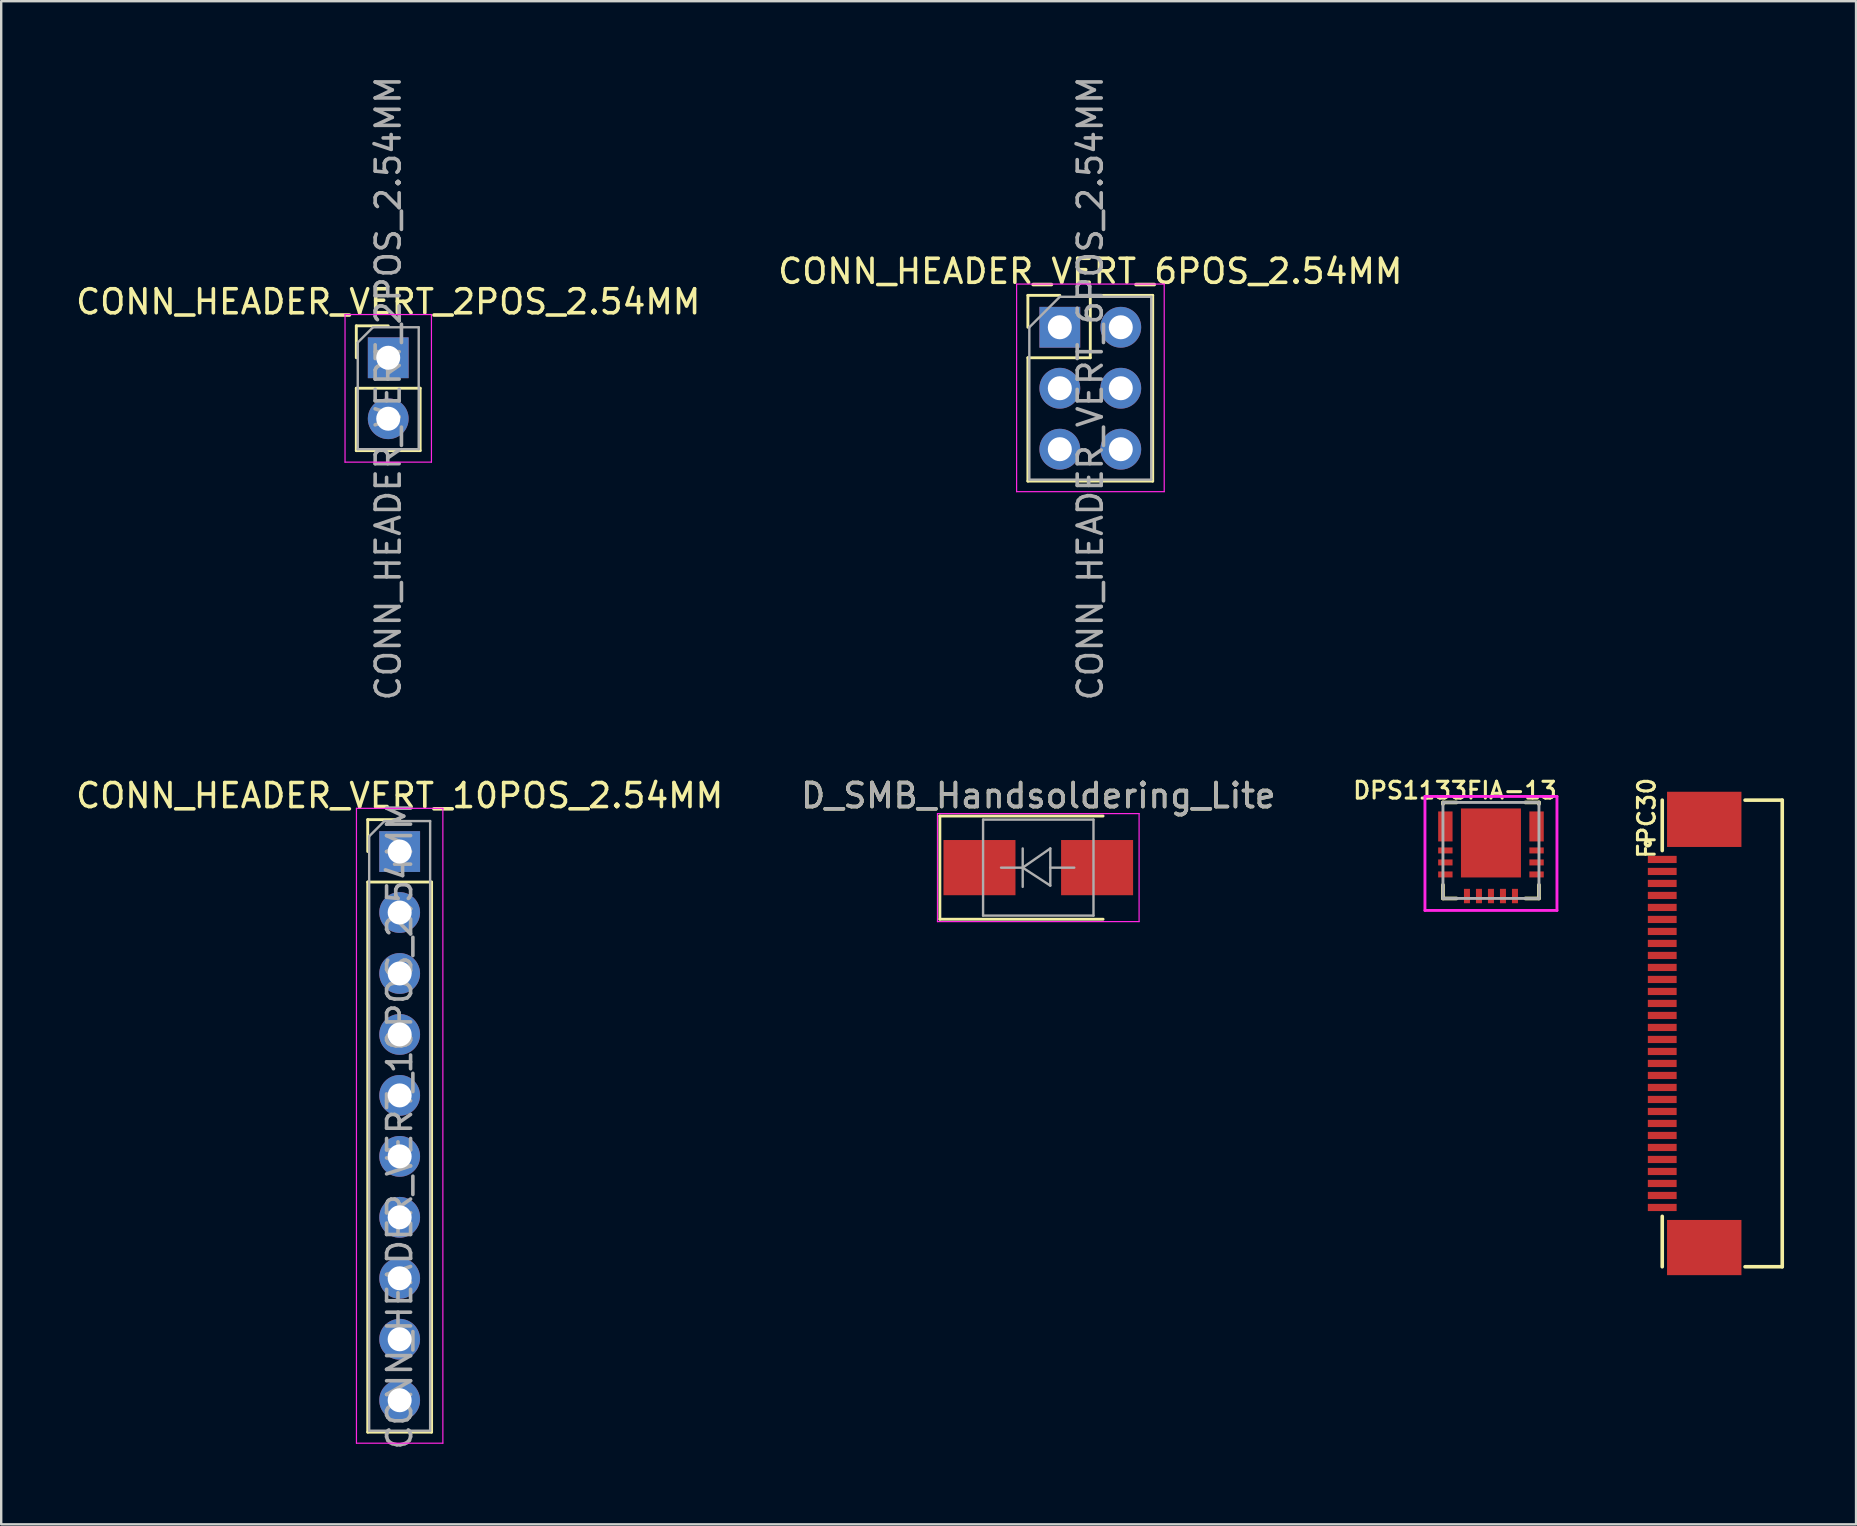
<source format=kicad_pcb>
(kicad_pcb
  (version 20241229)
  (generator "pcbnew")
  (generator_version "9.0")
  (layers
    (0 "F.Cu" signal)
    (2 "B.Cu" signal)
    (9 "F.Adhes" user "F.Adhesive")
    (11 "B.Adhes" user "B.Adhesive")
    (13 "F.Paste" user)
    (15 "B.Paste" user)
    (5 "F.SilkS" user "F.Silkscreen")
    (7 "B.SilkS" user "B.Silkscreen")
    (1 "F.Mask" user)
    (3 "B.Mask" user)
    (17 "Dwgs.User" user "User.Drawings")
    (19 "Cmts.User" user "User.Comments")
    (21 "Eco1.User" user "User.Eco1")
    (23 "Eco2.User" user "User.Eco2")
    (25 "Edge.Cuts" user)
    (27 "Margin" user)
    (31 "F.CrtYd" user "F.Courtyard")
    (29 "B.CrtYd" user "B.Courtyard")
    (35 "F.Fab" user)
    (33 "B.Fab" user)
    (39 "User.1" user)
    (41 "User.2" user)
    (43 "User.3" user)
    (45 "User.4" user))
  (footprint "FPC30"
    (layer "F.Cu")
    (at 68.404 40.007)
    (property "Reference" "FPC30" (at -2.85 -8.97 90) (layer "F.SilkS") (effects (font (size 0.7 0.7) (thickness 0.127))))
    (attr smd)
    (fp_line (start -2.2 -7.62) (end -2.2 -9.72) (stroke (width 0.15) (type solid)) (layer "F.SilkS"))
    (fp_line (start -2.2 9.72) (end -2.2 7.62) (stroke (width 0.15) (type solid)) (layer "F.SilkS"))
    (fp_line (start 2.8 -9.72) (end 1.25 -9.72) (stroke (width 0.15) (type solid)) (layer "F.SilkS"))
    (fp_line (start 2.8 9.72) (end 1.25 9.72) (stroke (width 0.15) (type solid)) (layer "F.SilkS"))
    (fp_line (start 2.8 9.72) (end 2.8 -9.72) (stroke (width 0.15) (type solid)) (layer "F.SilkS"))
    (fp_circle (center -2.8 -7.92) (end -2.8 -8.02) (stroke (width 0.15) (type solid)) (fill no) (layer "F.SilkS"))
    (pad "1" smd rect (at -2.2 -7.25) (size 1.2 0.3) (layers "F.Cu" "F.Mask" "F.Paste"))
    (pad "2" smd rect (at -2.2 -6.75) (size 1.2 0.3) (layers "F.Cu" "F.Mask" "F.Paste"))
    (pad "3" smd rect (at -2.2 -6.25) (size 1.2 0.3) (layers "F.Cu" "F.Mask" "F.Paste"))
    (pad "4" smd rect (at -2.2 -5.75) (size 1.2 0.3) (layers "F.Cu" "F.Mask" "F.Paste"))
    (pad "5" smd rect (at -2.2 -5.25) (size 1.2 0.3) (layers "F.Cu" "F.Mask" "F.Paste"))
    (pad "6" smd rect (at -2.2 -4.75) (size 1.2 0.3) (layers "F.Cu" "F.Mask" "F.Paste"))
    (pad "7" smd rect (at -2.2 -4.25) (size 1.2 0.3) (layers "F.Cu" "F.Mask" "F.Paste"))
    (pad "8" smd rect (at -2.2 -3.75) (size 1.2 0.3) (layers "F.Cu" "F.Mask" "F.Paste"))
    (pad "9" smd rect (at -2.2 -3.25) (size 1.2 0.3) (layers "F.Cu" "F.Mask" "F.Paste"))
    (pad "10" smd rect (at -2.2 -2.75) (size 1.2 0.3) (layers "F.Cu" "F.Mask" "F.Paste"))
    (pad "11" smd rect (at -2.2 -2.25) (size 1.2 0.3) (layers "F.Cu" "F.Mask" "F.Paste"))
    (pad "12" smd rect (at -2.2 -1.75) (size 1.2 0.3) (layers "F.Cu" "F.Mask" "F.Paste"))
    (pad "13" smd rect (at -2.2 -1.25) (size 1.2 0.3) (layers "F.Cu" "F.Mask" "F.Paste"))
    (pad "14" smd rect (at -2.2 -0.75) (size 1.2 0.3) (layers "F.Cu" "F.Mask" "F.Paste"))
    (pad "15" smd rect (at -2.2 -0.25) (size 1.2 0.3) (layers "F.Cu" "F.Mask" "F.Paste"))
    (pad "16" smd rect (at -2.2 0.25) (size 1.2 0.3) (layers "F.Cu" "F.Mask" "F.Paste"))
    (pad "17" smd rect (at -2.2 0.75) (size 1.2 0.3) (layers "F.Cu" "F.Mask" "F.Paste"))
    (pad "18" smd rect (at -2.2 1.25) (size 1.2 0.3) (layers "F.Cu" "F.Mask" "F.Paste"))
    (pad "19" smd rect (at -2.2 1.75) (size 1.2 0.3) (layers "F.Cu" "F.Mask" "F.Paste"))
    (pad "20" smd rect (at -2.2 2.25) (size 1.2 0.3) (layers "F.Cu" "F.Mask" "F.Paste"))
    (pad "21" smd rect (at -2.2 2.75) (size 1.2 0.3) (layers "F.Cu" "F.Mask" "F.Paste"))
    (pad "22" smd rect (at -2.2 3.25) (size 1.2 0.3) (layers "F.Cu" "F.Mask" "F.Paste"))
    (pad "23" smd rect (at -2.2 3.75) (size 1.2 0.3) (layers "F.Cu" "F.Mask" "F.Paste"))
    (pad "24" smd rect (at -2.2 4.25) (size 1.2 0.3) (layers "F.Cu" "F.Mask" "F.Paste"))
    (pad "25" smd rect (at -2.2 4.75) (size 1.2 0.3) (layers "F.Cu" "F.Mask" "F.Paste"))
    (pad "26" smd rect (at -2.2 5.25) (size 1.2 0.3) (layers "F.Cu" "F.Mask" "F.Paste"))
    (pad "27" smd rect (at -2.2 5.75) (size 1.2 0.3) (layers "F.Cu" "F.Mask" "F.Paste"))
    (pad "28" smd rect (at -2.2 6.25) (size 1.2 0.3) (layers "F.Cu" "F.Mask" "F.Paste"))
    (pad "29" smd rect (at -2.2 6.75) (size 1.2 0.3) (layers "F.Cu" "F.Mask" "F.Paste"))
    (pad "30" smd rect (at -2.2 7.25) (size 1.2 0.3) (layers "F.Cu" "F.Mask" "F.Paste"))
    (pad "MP" smd rect (at -0.45 -8.92) (size 3.1 2.3) (layers "F.Cu" "F.Mask" "F.Paste"))
    (pad "MP" smd rect (at -0.45 8.92) (size 3.1 2.3) (layers "F.Cu" "F.Mask" "F.Paste")))
  (footprint "DPS1133FIA-13"
    (layer "F.Cu")
    (at 59.068 32.382)
    (property "Reference" "DPS1133FIA-13" (at -1.5 -2.5 0) (layer "F.SilkS") (effects (font (size 0.7 0.7) (thickness 0.127))))
    (attr smd)
    (fp_line (start -2 -2) (end -2 -1.935) (stroke (width 0.155) (type solid)) (layer "F.SilkS"))
    (fp_line (start -2 -2) (end -1.435 -2) (stroke (width 0.155) (type solid)) (layer "F.SilkS"))
    (fp_line (start -2 2) (end -2 1.435) (stroke (width 0.155) (type solid)) (layer "F.SilkS"))
    (fp_line (start -2 2) (end -1.435 2) (stroke (width 0.155) (type solid)) (layer "F.SilkS"))
    (fp_line (start 2 -2) (end 1.435 -2) (stroke (width 0.155) (type solid)) (layer "F.SilkS"))
    (fp_line (start 2 -2) (end 2 -1.935) (stroke (width 0.155) (type solid)) (layer "F.SilkS"))
    (fp_line (start 2 2) (end 1.435 2) (stroke (width 0.155) (type solid)) (layer "F.SilkS"))
    (fp_line (start 2 2) (end 2 1.435) (stroke (width 0.155) (type solid)) (layer "F.SilkS"))
    (fp_poly (pts (xy -1 -1.45) (xy -1 -0.6) (xy -0.25 -0.6) (xy -0.25 -1.45)) (stroke (width 0.15) (type solid)) (fill yes) (layer "F.Paste"))
    (fp_poly (pts (xy -1 -0.05) (xy -1 0.8) (xy -0.25 0.8) (xy -0.25 -0.05)) (stroke (width 0.15) (type solid)) (fill yes) (layer "F.Paste"))
    (fp_poly (pts (xy 0.25 -1.45) (xy 0.25 -0.6) (xy 1 -0.6) (xy 1 -1.45)) (stroke (width 0.15) (type solid)) (fill yes) (layer "F.Paste"))
    (fp_poly (pts (xy 0.25 -0.05) (xy 0.25 0.8) (xy 1 0.8) (xy 1 -0.05)) (stroke (width 0.15) (type solid)) (fill yes) (layer "F.Paste"))
    (fp_line (start -2.75 -2.25) (end 2.75 -2.25) (stroke (width 0.12) (type solid)) (layer "F.CrtYd"))
    (fp_line (start -2.75 2.5) (end -2.75 -2.25) (stroke (width 0.12) (type solid)) (layer "F.CrtYd"))
    (fp_line (start 2.75 -2.25) (end 2.75 2.5) (stroke (width 0.12) (type solid)) (layer "F.CrtYd"))
    (fp_line (start 2.75 2.5) (end -2.75 2.5) (stroke (width 0.12) (type solid)) (layer "F.CrtYd"))
    (fp_line (start -2 -2) (end -2 2) (stroke (width 0.12) (type solid)) (layer "F.Fab"))
    (fp_line (start -2 2) (end 2 2) (stroke (width 0.12) (type solid)) (layer "F.Fab"))
    (fp_line (start 2 -2) (end -2 -2) (stroke (width 0.12) (type solid)) (layer "F.Fab"))
    (fp_line (start 2 2) (end 2 -2) (stroke (width 0.12) (type solid)) (layer "F.Fab"))
    (pad "1" smd rect (at -1.9 -1) (size 0.6 1.25) (layers "F.Cu" "F.Mask" "F.Paste"))
    (pad "4" smd rect (at -1.9 0) (size 0.6 0.25) (layers "F.Cu" "F.Mask" "F.Paste"))
    (pad "5" smd rect (at -1.9 0.5) (size 0.6 0.25) (layers "F.Cu" "F.Mask" "F.Paste"))
    (pad "6" smd rect (at -1.9 1) (size 0.6 0.25) (layers "F.Cu" "F.Mask" "F.Paste"))
    (pad "7" smd rect (at -1 1.9) (size 0.25 0.6) (layers "F.Cu" "F.Mask" "F.Paste"))
    (pad "8" smd rect (at -0.5 1.9) (size 0.25 0.6) (layers "F.Cu" "F.Mask" "F.Paste"))
    (pad "9" smd rect (at 0 1.9) (size 0.25 0.6) (layers "F.Cu" "F.Mask" "F.Paste"))
    (pad "10" smd rect (at 0.5 1.9) (size 0.25 0.6) (layers "F.Cu" "F.Mask" "F.Paste"))
    (pad "11" smd rect (at 1 1.9) (size 0.25 0.6) (layers "F.Cu" "F.Mask" "F.Paste"))
    (pad "12" smd rect (at 1.9 1) (size 0.6 0.25) (layers "F.Cu" "F.Mask" "F.Paste"))
    (pad "13" smd rect (at 1.9 0.5) (size 0.6 0.25) (layers "F.Cu" "F.Mask" "F.Paste"))
    (pad "14" smd rect (at 1.9 0) (size 0.6 0.25) (layers "F.Cu" "F.Mask" "F.Paste"))
    (pad "17" smd rect (at 1.9 -1) (size 0.6 1.25) (layers "F.Cu" "F.Mask" "F.Paste"))
    (pad "18" smd rect (at 0 -0.312) (size 2.5 2.875) (layers "F.Cu" "F.Mask")))
  (footprint "CONN_HEADER_VERT_6POS_2.54MM"
    (layer "F.Cu")
    (at 41.105 10.585)
    (property "Reference" "CONN_HEADER_VERT_6POS_2.54MM" (at 1.27 -2.33 180) (layer "F.SilkS") (effects (font (size 1 1) (thickness 0.15))))
    (attr through_hole)
    (fp_line (start -1.33 -1.33) (end 0 -1.33) (stroke (width 0.12) (type solid)) (layer "F.SilkS"))
    (fp_line (start -1.33 0) (end -1.33 -1.33) (stroke (width 0.12) (type solid)) (layer "F.SilkS"))
    (fp_line (start -1.33 1.27) (end -1.33 6.41) (stroke (width 0.12) (type solid)) (layer "F.SilkS"))
    (fp_line (start -1.33 1.27) (end 1.27 1.27) (stroke (width 0.12) (type solid)) (layer "F.SilkS"))
    (fp_line (start -1.33 6.41) (end 3.87 6.41) (stroke (width 0.12) (type solid)) (layer "F.SilkS"))
    (fp_line (start 1.27 -1.33) (end 3.87 -1.33) (stroke (width 0.12) (type solid)) (layer "F.SilkS"))
    (fp_line (start 1.27 1.27) (end 1.27 -1.33) (stroke (width 0.12) (type solid)) (layer "F.SilkS"))
    (fp_line (start 3.87 -1.33) (end 3.87 6.41) (stroke (width 0.12) (type solid)) (layer "F.SilkS"))
    (fp_line (start -1.8 -1.8) (end -1.8 6.85) (stroke (width 0.05) (type solid)) (layer "F.CrtYd"))
    (fp_line (start -1.8 6.85) (end 4.35 6.85) (stroke (width 0.05) (type solid)) (layer "F.CrtYd"))
    (fp_line (start 4.35 -1.8) (end -1.8 -1.8) (stroke (width 0.05) (type solid)) (layer "F.CrtYd"))
    (fp_line (start 4.35 6.85) (end 4.35 -1.8) (stroke (width 0.05) (type solid)) (layer "F.CrtYd"))
    (fp_line (start -1.27 0) (end 0 -1.27) (stroke (width 0.1) (type solid)) (layer "F.Fab"))
    (fp_line (start -1.27 6.35) (end -1.27 0) (stroke (width 0.1) (type solid)) (layer "F.Fab"))
    (fp_line (start 0 -1.27) (end 3.81 -1.27) (stroke (width 0.1) (type solid)) (layer "F.Fab"))
    (fp_line (start 3.81 -1.27) (end 3.81 6.35) (stroke (width 0.1) (type solid)) (layer "F.Fab"))
    (fp_line (start 3.81 6.35) (end -1.27 6.35) (stroke (width 0.1) (type solid)) (layer "F.Fab"))
    (fp_text user "${REFERENCE}" (at 1.27 2.54 90) (layer "F.Fab") (effects (font (size 1 1) (thickness 0.15))))
    (pad "1" thru_hole rect (at 0 0) (size 1.7 1.7) (drill 1) (layers "*.Cu" "*.Mask"))
    (pad "2" thru_hole oval (at 2.54 0) (size 1.7 1.7) (drill 1) (layers "*.Cu" "*.Mask"))
    (pad "3" thru_hole oval (at 0 2.54) (size 1.7 1.7) (drill 1) (layers "*.Cu" "*.Mask"))
    (pad "4" thru_hole oval (at 2.54 2.54) (size 1.7 1.7) (drill 1) (layers "*.Cu" "*.Mask"))
    (pad "5" thru_hole oval (at 0 5.08) (size 1.7 1.7) (drill 1) (layers "*.Cu" "*.Mask"))
    (pad "6" thru_hole oval (at 2.54 5.08) (size 1.7 1.7) (drill 1) (layers "*.Cu" "*.Mask")))
  (footprint "CONN_HEADER_VERT_10POS_2.54MM"
    (layer "F.Cu")
    (at 13.601 32.428)
    (property "Reference" "CONN_HEADER_VERT_10POS_2.54MM" (at 0 -2.33 0) (layer "F.SilkS") (effects (font (size 1 1) (thickness 0.15))))
    (attr through_hole)
    (fp_line (start -1.33 -1.33) (end 0 -1.33) (stroke (width 0.12) (type solid)) (layer "F.SilkS"))
    (fp_line (start -1.33 0) (end -1.33 -1.33) (stroke (width 0.12) (type solid)) (layer "F.SilkS"))
    (fp_line (start -1.33 1.27) (end -1.33 24.19) (stroke (width 0.12) (type solid)) (layer "F.SilkS"))
    (fp_line (start -1.33 1.27) (end 1.33 1.27) (stroke (width 0.12) (type solid)) (layer "F.SilkS"))
    (fp_line (start -1.33 24.19) (end 1.33 24.19) (stroke (width 0.12) (type solid)) (layer "F.SilkS"))
    (fp_line (start 1.33 1.27) (end 1.33 24.19) (stroke (width 0.12) (type solid)) (layer "F.SilkS"))
    (fp_line (start -1.8 -1.8) (end -1.8 24.65) (stroke (width 0.05) (type solid)) (layer "F.CrtYd"))
    (fp_line (start -1.8 24.65) (end 1.8 24.65) (stroke (width 0.05) (type solid)) (layer "F.CrtYd"))
    (fp_line (start 1.8 -1.8) (end -1.8 -1.8) (stroke (width 0.05) (type solid)) (layer "F.CrtYd"))
    (fp_line (start 1.8 24.65) (end 1.8 -1.8) (stroke (width 0.05) (type solid)) (layer "F.CrtYd"))
    (fp_line (start -1.27 -0.635) (end -0.635 -1.27) (stroke (width 0.1) (type solid)) (layer "F.Fab"))
    (fp_line (start -1.27 24.13) (end -1.27 -0.635) (stroke (width 0.1) (type solid)) (layer "F.Fab"))
    (fp_line (start -0.635 -1.27) (end 1.27 -1.27) (stroke (width 0.1) (type solid)) (layer "F.Fab"))
    (fp_line (start 1.27 -1.27) (end 1.27 24.13) (stroke (width 0.1) (type solid)) (layer "F.Fab"))
    (fp_line (start 1.27 24.13) (end -1.27 24.13) (stroke (width 0.1) (type solid)) (layer "F.Fab"))
    (fp_text user "${REFERENCE}" (at 0 11.43 90) (layer "F.Fab") (effects (font (size 1 1) (thickness 0.15))))
    (pad "1" thru_hole rect (at 0 0) (size 1.7 1.7) (drill 1) (layers "*.Cu" "*.Mask"))
    (pad "2" thru_hole oval (at 0 2.54) (size 1.7 1.7) (drill 1) (layers "*.Cu" "*.Mask"))
    (pad "3" thru_hole oval (at 0 5.08) (size 1.7 1.7) (drill 1) (layers "*.Cu" "*.Mask"))
    (pad "4" thru_hole oval (at 0 7.62) (size 1.7 1.7) (drill 1) (layers "*.Cu" "*.Mask"))
    (pad "5" thru_hole oval (at 0 10.16) (size 1.7 1.7) (drill 1) (layers "*.Cu" "*.Mask"))
    (pad "6" thru_hole oval (at 0 12.7) (size 1.7 1.7) (drill 1) (layers "*.Cu" "*.Mask"))
    (pad "7" thru_hole oval (at 0 15.24) (size 1.7 1.7) (drill 1) (layers "*.Cu" "*.Mask"))
    (pad "8" thru_hole oval (at 0 17.78) (size 1.7 1.7) (drill 1) (layers "*.Cu" "*.Mask"))
    (pad "9" thru_hole oval (at 0 20.32) (size 1.7 1.7) (drill 1) (layers "*.Cu" "*.Mask"))
    (pad "10" thru_hole oval (at 0 22.86) (size 1.7 1.7) (drill 1) (layers "*.Cu" "*.Mask")))
  (footprint "D_SMB_Handsoldering_Lite"
    (layer "F.Cu")
    (at 40.208 33.098)
    (property "Reference" "D_SMB_Handsoldering_Lite" (at 0 -3 0) (layer "F.SilkS") (effects (font (size 1 1) (thickness 0.15))))
    (attr smd)
    (fp_line (start -4.1 -2.15) (end -4.1 2.15) (stroke (width 0.12) (type solid)) (layer "F.SilkS"))
    (fp_line (start -4.1 -2.15) (end 2.7 -2.15) (stroke (width 0.12) (type solid)) (layer "F.SilkS"))
    (fp_line (start -4.1 2.15) (end 2.7 2.15) (stroke (width 0.12) (type solid)) (layer "F.SilkS"))
    (fp_line (start -4.2 -2.25) (end 4.2 -2.25) (stroke (width 0.05) (type solid)) (layer "F.CrtYd"))
    (fp_line (start -4.2 2.25) (end -4.2 -2.25) (stroke (width 0.05) (type solid)) (layer "F.CrtYd"))
    (fp_line (start 4.2 -2.25) (end 4.2 2.25) (stroke (width 0.05) (type solid)) (layer "F.CrtYd"))
    (fp_line (start 4.2 2.25) (end -4.2 2.25) (stroke (width 0.05) (type solid)) (layer "F.CrtYd"))
    (fp_line (start -2.3 2) (end -2.3 -2) (stroke (width 0.1) (type solid)) (layer "F.Fab"))
    (fp_line (start -0.649 -0.799) (end -0.649 0.801) (stroke (width 0.1) (type solid)) (layer "F.Fab"))
    (fp_line (start -0.649 0.001) (end -1.551 0.001) (stroke (width 0.1) (type solid)) (layer "F.Fab"))
    (fp_line (start -0.649 0.001) (end 0.501 -0.799) (stroke (width 0.1) (type solid)) (layer "F.Fab"))
    (fp_line (start -0.649 0.001) (end 0.501 0.75) (stroke (width 0.1) (type solid)) (layer "F.Fab"))
    (fp_line (start 0.501 0.001) (end 1.499 0.001) (stroke (width 0.1) (type solid)) (layer "F.Fab"))
    (fp_line (start 0.501 0.75) (end 0.501 -0.799) (stroke (width 0.1) (type solid)) (layer "F.Fab"))
    (fp_line (start 2.3 -2) (end -2.3 -2) (stroke (width 0.1) (type solid)) (layer "F.Fab"))
    (fp_line (start 2.3 -2) (end 2.3 2) (stroke (width 0.1) (type solid)) (layer "F.Fab"))
    (fp_line (start 2.3 2) (end -2.3 2) (stroke (width 0.1) (type solid)) (layer "F.Fab"))
    (fp_text user "${REFERENCE}" (at 0 -3 0) (layer "F.Fab") (effects (font (size 1 1) (thickness 0.15))))
    (pad "1" smd rect (at -2.45 0) (size 3 2.3) (layers "F.Cu" "F.Mask" "F.Paste"))
    (pad "2" smd rect (at 2.45 0) (size 3 2.3) (layers "F.Cu" "F.Mask" "F.Paste")))
  (footprint "CONN_HEADER_VERT_2POS_2.54MM"
    (layer "F.Cu")
    (at 13.125 11.855)
    (property "Reference" "CONN_HEADER_VERT_2POS_2.54MM" (at 0 -2.33 0) (layer "F.SilkS") (effects (font (size 1 1) (thickness 0.15))))
    (attr through_hole)
    (fp_line (start -1.33 -1.33) (end 0 -1.33) (stroke (width 0.12) (type solid)) (layer "F.SilkS"))
    (fp_line (start -1.33 0) (end -1.33 -1.33) (stroke (width 0.12) (type solid)) (layer "F.SilkS"))
    (fp_line (start -1.33 1.27) (end -1.33 3.87) (stroke (width 0.12) (type solid)) (layer "F.SilkS"))
    (fp_line (start -1.33 1.27) (end 1.33 1.27) (stroke (width 0.12) (type solid)) (layer "F.SilkS"))
    (fp_line (start -1.33 3.87) (end 1.33 3.87) (stroke (width 0.12) (type solid)) (layer "F.SilkS"))
    (fp_line (start 1.33 1.27) (end 1.33 3.87) (stroke (width 0.12) (type solid)) (layer "F.SilkS"))
    (fp_line (start -1.8 -1.8) (end -1.8 4.35) (stroke (width 0.05) (type solid)) (layer "F.CrtYd"))
    (fp_line (start -1.8 4.35) (end 1.8 4.35) (stroke (width 0.05) (type solid)) (layer "F.CrtYd"))
    (fp_line (start 1.8 -1.8) (end -1.8 -1.8) (stroke (width 0.05) (type solid)) (layer "F.CrtYd"))
    (fp_line (start 1.8 4.35) (end 1.8 -1.8) (stroke (width 0.05) (type solid)) (layer "F.CrtYd"))
    (fp_line (start -1.27 -0.635) (end -0.635 -1.27) (stroke (width 0.1) (type solid)) (layer "F.Fab"))
    (fp_line (start -1.27 3.81) (end -1.27 -0.635) (stroke (width 0.1) (type solid)) (layer "F.Fab"))
    (fp_line (start -0.635 -1.27) (end 1.27 -1.27) (stroke (width 0.1) (type solid)) (layer "F.Fab"))
    (fp_line (start 1.27 -1.27) (end 1.27 3.81) (stroke (width 0.1) (type solid)) (layer "F.Fab"))
    (fp_line (start 1.27 3.81) (end -1.27 3.81) (stroke (width 0.1) (type solid)) (layer "F.Fab"))
    (fp_text user "${REFERENCE}" (at 0 1.27 90) (layer "F.Fab") (effects (font (size 1 1) (thickness 0.15))))
    (pad "1" thru_hole rect (at 0 0) (size 1.7 1.7) (drill 1) (layers "*.Cu" "*.Mask"))
    (pad "2" thru_hole oval (at 0 2.54) (size 1.7 1.7) (drill 1) (layers "*.Cu" "*.Mask")))
  (gr_rect
    (start -3 -3)
    (end 74.279 60.459)
    (stroke (width 0.1) (type default))
    (fill no)
    (layer "Edge.Cuts")))
</source>
